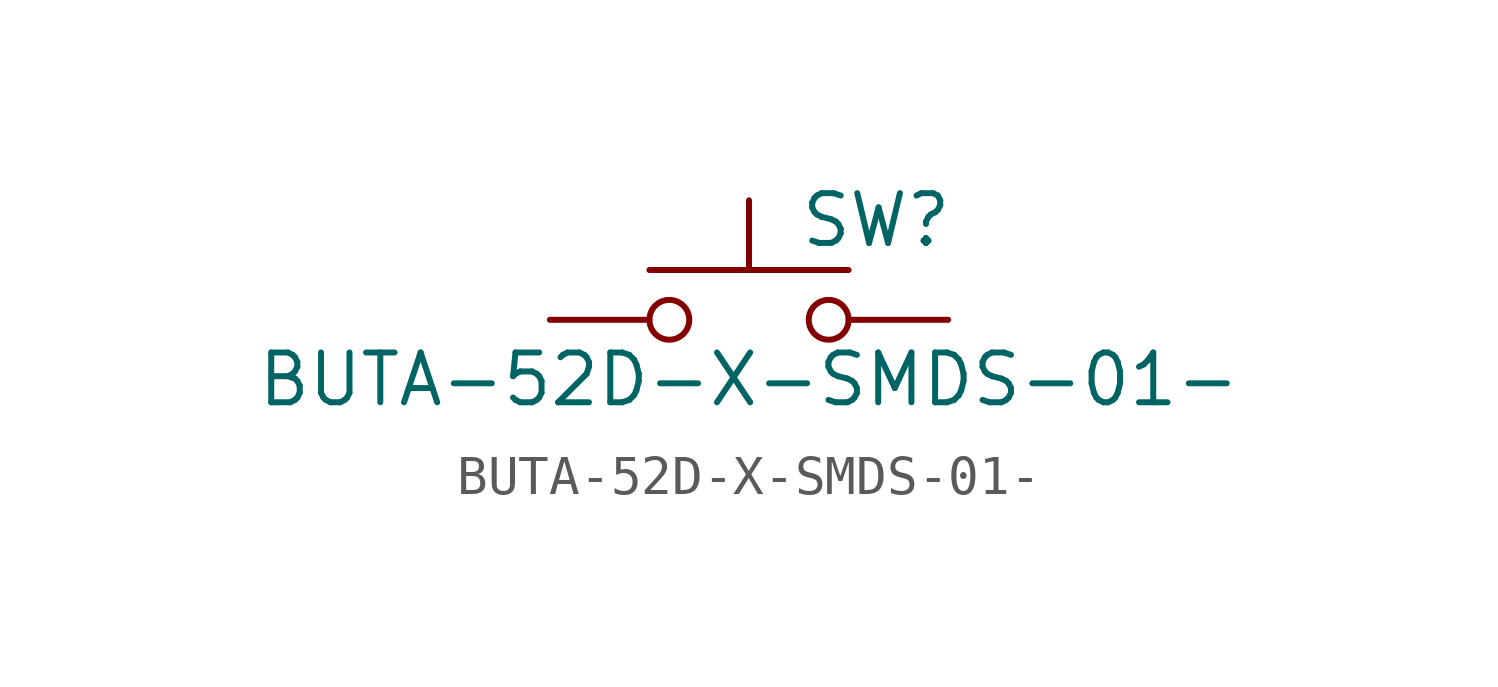
<source format=kicad_sym>
(kicad_symbol_lib
  (version 20211014)
  (generator kicad_symbol_editor)
  (symbol "BUTA-52D-X-SMDS-01-"
    (pin_numbers hide)
    (pin_names
      (offset 1.016) hide)
    (property "Reference" "SW"
      (at 1.27 2.54 0)
      (effects (font (size 1.27 1.27)) (justify left)))
    (property "Value" "BUTA-52D-X-SMDS-01-"
      (at 0 -1.524 0)
      (effects (font (size 1.27 1.27))))
    (symbol "BUTA-52D-X-SMDS-01-_0_1"
      (circle (center -2.032 0) (radius 0.508) (stroke (width 0) (type default) (color 0 0 0 0)) (fill (type none)))
      (polyline (pts (xy 0 1.27) (xy 0 3.048)) (stroke (width 0) (type default) (color 0 0 0 0)) (fill (type none)))
      (polyline (pts (xy 2.54 1.27) (xy -2.54 1.27)) (stroke (width 0) (type default) (color 0 0 0 0)) (fill (type none)))
      (circle (center 2.032 0) (radius 0.508) (stroke (width 0) (type default) (color 0 0 0 0)) (fill (type none)))
      (pin passive line (at -5.08 0 0) (length 2.54) (name "1" (effects (font (size 1.27 1.27)))) (number "1" (effects (font (size 1.27 1.27)))))
      (pin passive line (at 5.08 0 180) (length 2.54) (name "2" (effects (font (size 1.27 1.27)))) (number "2" (effects (font (size 1.27 1.27))))))))
</source>
